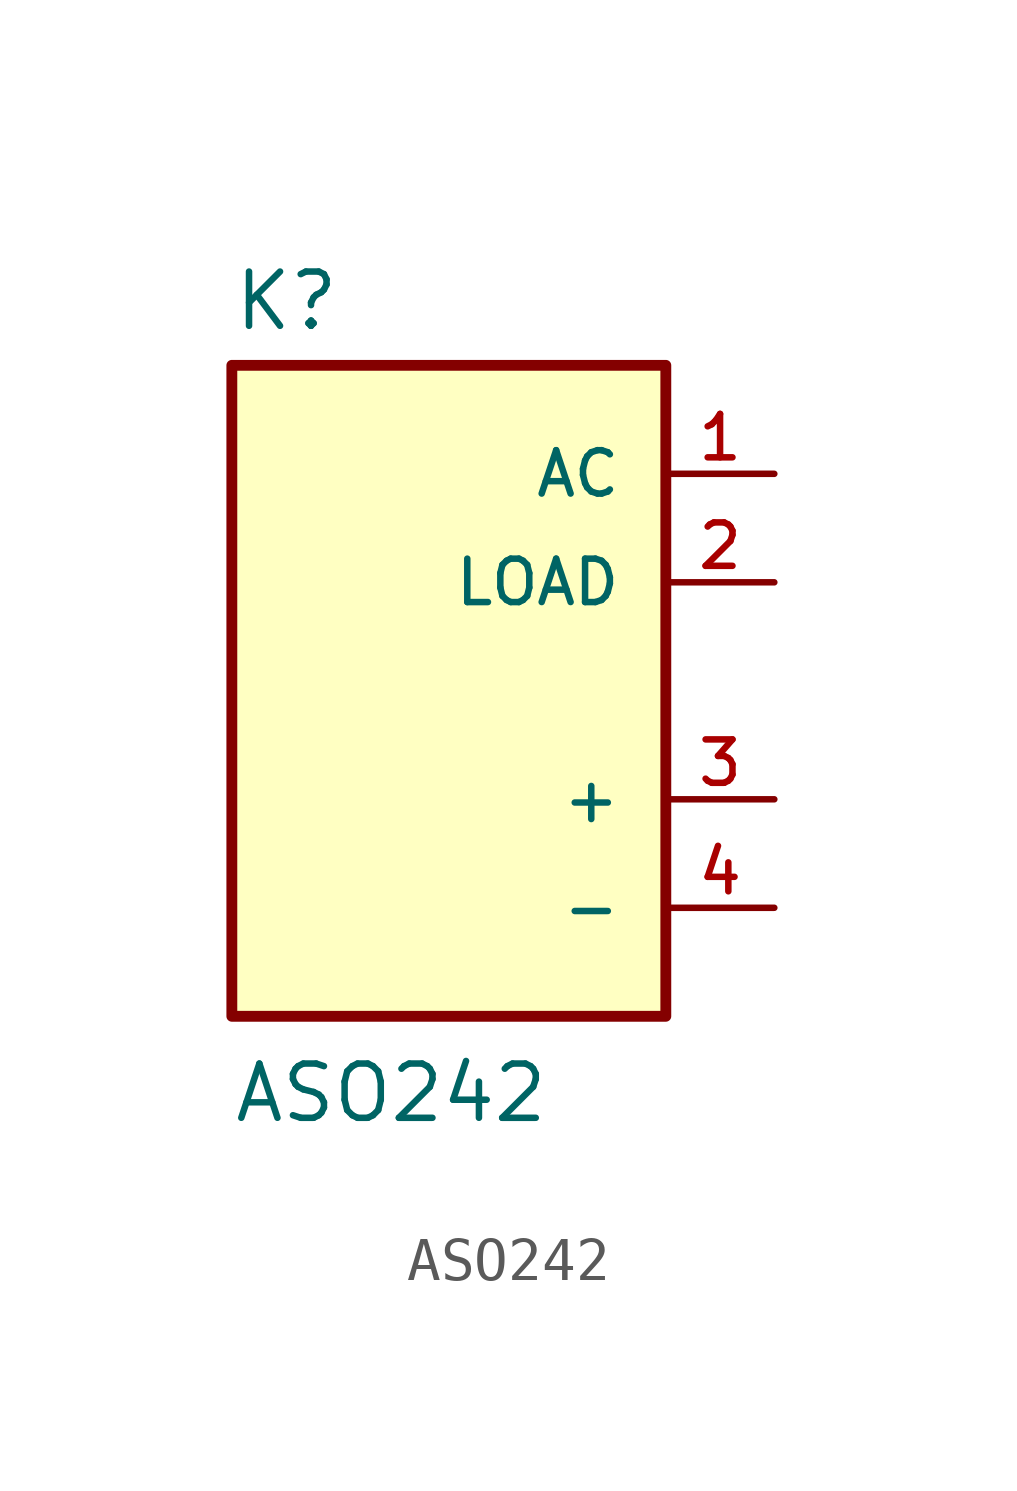
<source format=kicad_sym>
(kicad_symbol_lib
  (version 20211014)
  (generator kicad_symbol_editor)
  (symbol "ASO242"
    (pin_names
      (offset 1.016))
    (property "Reference" "K"
      (at -5.08 8.382 0)
      (effects (font (size 1.27 1.27)) (justify bottom left)))
    (property "Value" "ASO242"
      (at -5.08 -10.16 0)
      (effects (font (size 1.27 1.27)) (justify bottom left)))
    (symbol "ASO242_0_0"
      (rectangle (start -5.08 -7.62) (end 5.08 7.62) (stroke (width 0.254)) (fill (type background)))
      (pin bidirectional line (at 7.62 5.08 180.0) (length 2.54) (name "AC" (effects (font (size 1.016 1.016)))) (number "1" (effects (font (size 1.016 1.016)))))
      (pin bidirectional line (at 7.62 2.54 180.0) (length 2.54) (name "LOAD" (effects (font (size 1.016 1.016)))) (number "2" (effects (font (size 1.016 1.016)))))
      (pin bidirectional line (at 7.62 -2.54 180.0) (length 2.54) (name "+" (effects (font (size 1.016 1.016)))) (number "3" (effects (font (size 1.016 1.016)))))
      (pin bidirectional line (at 7.62 -5.08 180.0) (length 2.54) (name "-" (effects (font (size 1.016 1.016)))) (number "4" (effects (font (size 1.016 1.016))))))))
</source>
